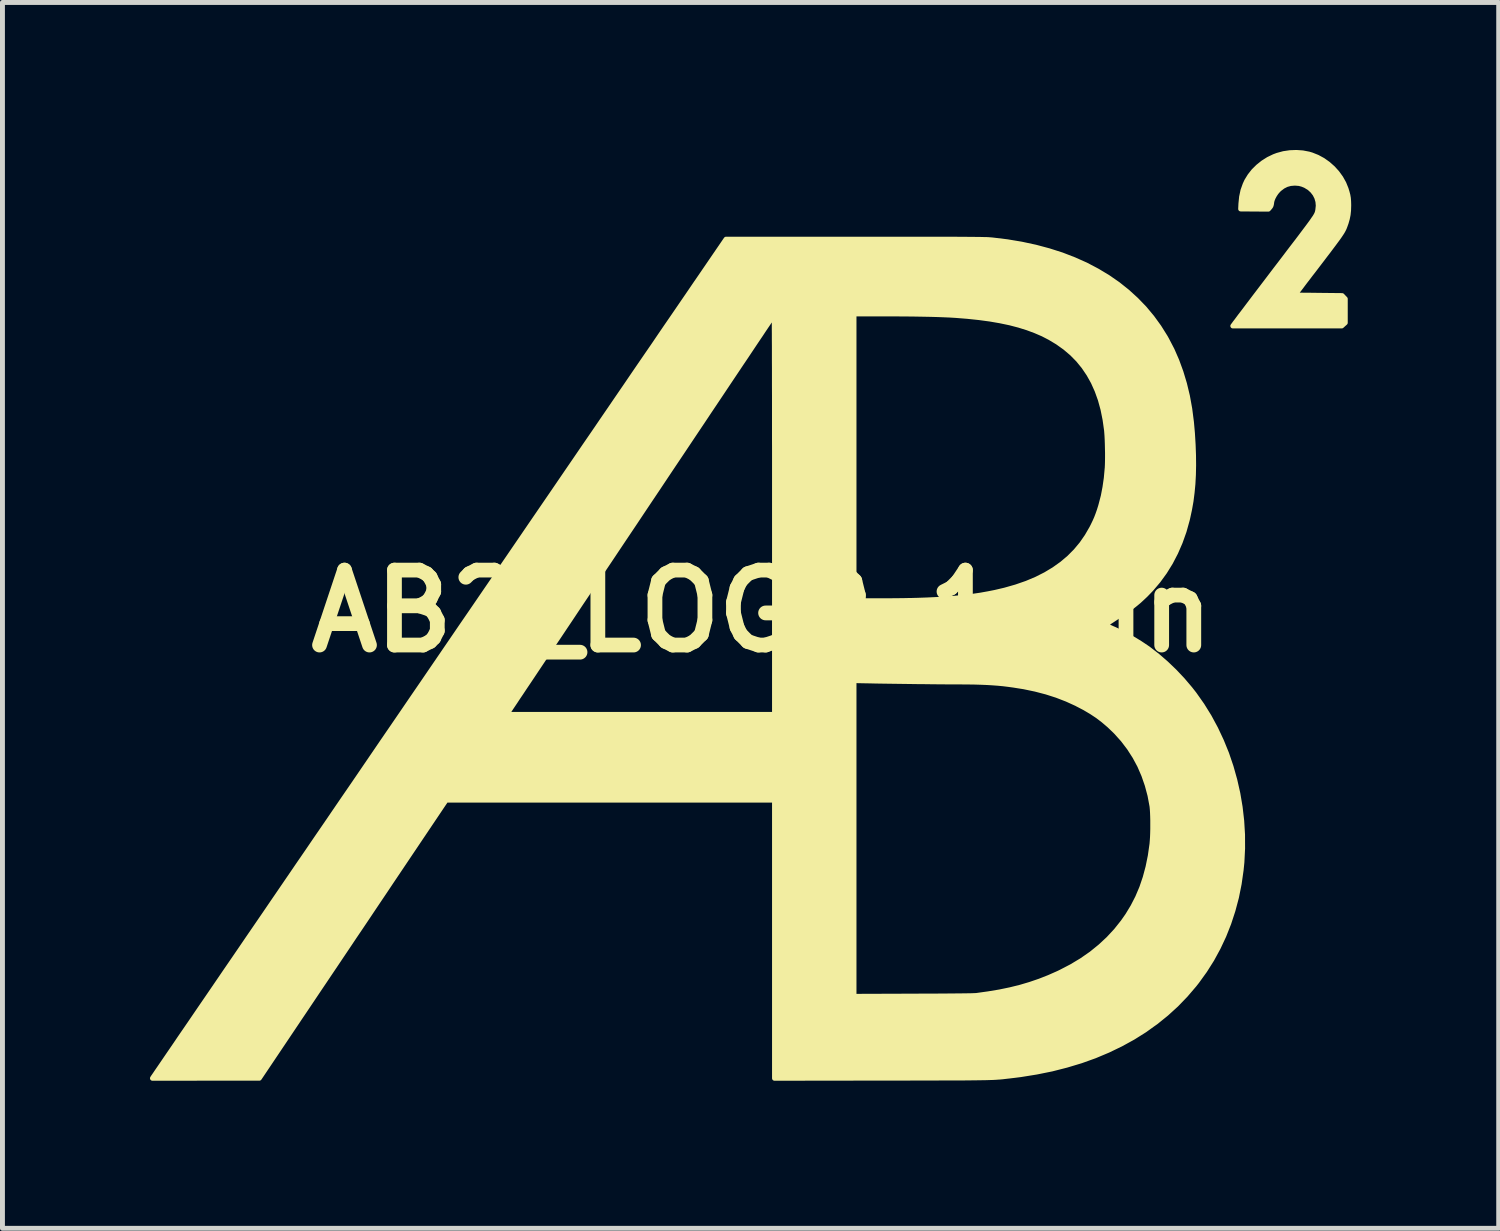
<source format=kicad_pcb>
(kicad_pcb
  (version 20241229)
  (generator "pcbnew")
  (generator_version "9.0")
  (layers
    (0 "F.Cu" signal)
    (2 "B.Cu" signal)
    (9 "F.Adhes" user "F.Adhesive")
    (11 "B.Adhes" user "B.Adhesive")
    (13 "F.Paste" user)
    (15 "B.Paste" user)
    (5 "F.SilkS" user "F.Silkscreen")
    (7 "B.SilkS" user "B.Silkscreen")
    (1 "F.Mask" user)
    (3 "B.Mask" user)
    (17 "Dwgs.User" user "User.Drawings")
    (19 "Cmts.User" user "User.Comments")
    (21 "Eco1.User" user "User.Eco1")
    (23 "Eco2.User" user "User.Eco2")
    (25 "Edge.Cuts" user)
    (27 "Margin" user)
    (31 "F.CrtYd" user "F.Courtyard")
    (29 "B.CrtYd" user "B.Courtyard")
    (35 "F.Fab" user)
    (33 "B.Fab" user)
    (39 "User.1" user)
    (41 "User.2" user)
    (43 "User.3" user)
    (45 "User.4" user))
  (footprint "AB2_LOGO_1.0in"
    (layer "F.Cu")
    (at 12.447 9.379)
    (property "Reference" "AB2_LOGO_1.0in" (at 0 0 0) (layer "F.SilkS") (effects (font (size 1.524 1.524) (thickness 0.3))))
    (attr through_hole)
    (fp_poly (pts (xy 11.932 -8.247) (xy 11.929 -8.15) (xy 11.92 -8.063) (xy 11.903 -7.979) (xy 11.878 -7.892) (xy 11.869 -7.868) (xy 11.861 -7.845) (xy 11.853 -7.823) (xy 11.845 -7.802) (xy 11.836 -7.781) (xy 11.825 -7.759) (xy 11.813 -7.736) (xy 11.798 -7.71) (xy 11.78 -7.682) (xy 11.758 -7.649) (xy 11.732 -7.611) (xy 11.701 -7.568) (xy 11.664 -7.518) (xy 11.622 -7.461) (xy 11.573 -7.396) (xy 11.517 -7.321) (xy 11.453 -7.238) (xy 11.381 -7.143) (xy 11.3 -7.037) (xy 11.21 -6.919) (xy 11.16 -6.855) (xy 11.104 -6.781) (xy 11.05 -6.711) (xy 11.001 -6.646) (xy 10.957 -6.587) (xy 10.918 -6.536) (xy 10.886 -6.494) (xy 10.862 -6.462) (xy 10.846 -6.44) (xy 10.839 -6.43) (xy 10.839 -6.43) (xy 10.848 -6.43) (xy 10.872 -6.429) (xy 10.91 -6.428) (xy 10.96 -6.427) (xy 11.021 -6.426) (xy 11.092 -6.426) (xy 11.17 -6.425) (xy 11.255 -6.424) (xy 11.32 -6.423) (xy 11.798 -6.418) (xy 11.83 -6.384) (xy 11.862 -6.351) (xy 11.862 -6.108) (xy 11.862 -5.865) (xy 11.826 -5.833) (xy 11.79 -5.8) (xy 10.682 -5.8) (xy 9.574 -5.8) (xy 9.601 -5.836) (xy 9.618 -5.86) (xy 9.646 -5.896) (xy 9.681 -5.943) (xy 9.724 -6.001) (xy 9.775 -6.067) (xy 9.831 -6.141) (xy 9.892 -6.222) (xy 9.957 -6.308) (xy 10.025 -6.398) (xy 10.096 -6.491) (xy 10.169 -6.587) (xy 10.242 -6.683) (xy 10.315 -6.779) (xy 10.387 -6.874) (xy 10.457 -6.966) (xy 10.52 -7.048) (xy 10.623 -7.183) (xy 10.716 -7.306) (xy 10.8 -7.416) (xy 10.876 -7.515) (xy 10.943 -7.603) (xy 11.002 -7.682) (xy 11.054 -7.751) (xy 11.1 -7.812) (xy 11.139 -7.865) (xy 11.172 -7.91) (xy 11.2 -7.95) (xy 11.223 -7.984) (xy 11.243 -8.012) (xy 11.258 -8.037) (xy 11.27 -8.058) (xy 11.279 -8.076) (xy 11.286 -8.092) (xy 11.291 -8.106) (xy 11.295 -8.12) (xy 11.298 -8.134) (xy 11.301 -8.148) (xy 11.303 -8.16) (xy 11.312 -8.246) (xy 11.305 -8.329) (xy 11.282 -8.409) (xy 11.245 -8.482) (xy 11.194 -8.548) (xy 11.131 -8.606) (xy 11.055 -8.652) (xy 11.053 -8.654) (xy 10.989 -8.68) (xy 10.926 -8.697) (xy 10.857 -8.703) (xy 10.833 -8.704) (xy 10.747 -8.697) (xy 10.667 -8.675) (xy 10.594 -8.638) (xy 10.524 -8.585) (xy 10.498 -8.56) (xy 10.459 -8.515) (xy 10.424 -8.463) (xy 10.395 -8.409) (xy 10.375 -8.358) (xy 10.367 -8.325) (xy 10.362 -8.286) (xy 10.356 -8.259) (xy 10.349 -8.239) (xy 10.338 -8.222) (xy 10.326 -8.207) (xy 10.298 -8.175) (xy 10.016 -8.177) (xy 9.734 -8.179) (xy 9.739 -8.287) (xy 9.753 -8.426) (xy 9.781 -8.557) (xy 9.825 -8.68) (xy 9.857 -8.749) (xy 9.921 -8.853) (xy 9.998 -8.951) (xy 10.088 -9.04) (xy 10.188 -9.12) (xy 10.297 -9.189) (xy 10.413 -9.245) (xy 10.482 -9.271) (xy 10.607 -9.305) (xy 10.736 -9.324) (xy 10.867 -9.329) (xy 10.995 -9.32) (xy 11.12 -9.296) (xy 11.177 -9.279) (xy 11.295 -9.232) (xy 11.407 -9.171) (xy 11.513 -9.096) (xy 11.61 -9.01) (xy 11.696 -8.915) (xy 11.771 -8.811) (xy 11.833 -8.7) (xy 11.878 -8.589) (xy 11.899 -8.52) (xy 11.915 -8.459) (xy 11.925 -8.4) (xy 11.93 -8.337) (xy 11.932 -8.266) (xy 11.932 -8.247)) (stroke (width 0.1) (type solid)) (fill yes) (layer "F.SilkS"))
    (fp_poly (pts (xy 9.774 4.826) (xy 9.76 5.107) (xy 9.744 5.265) (xy 9.704 5.546) (xy 9.649 5.82) (xy 9.578 6.087) (xy 9.493 6.347) (xy 9.393 6.6) (xy 9.278 6.845) (xy 9.149 7.082) (xy 9.005 7.31) (xy 8.847 7.529) (xy 8.792 7.599) (xy 8.615 7.806) (xy 8.426 8.002) (xy 8.224 8.186) (xy 8.01 8.359) (xy 7.946 8.404) (xy 7.946 4.341) (xy 7.946 4.254) (xy 7.944 4.172) (xy 7.941 4.096) (xy 7.937 4.03) (xy 7.932 3.977) (xy 7.931 3.967) (xy 7.89 3.748) (xy 7.834 3.538) (xy 7.764 3.336) (xy 7.68 3.142) (xy 7.581 2.958) (xy 7.468 2.782) (xy 7.341 2.615) (xy 7.2 2.458) (xy 7.176 2.434) (xy 7.06 2.323) (xy 6.944 2.224) (xy 6.825 2.133) (xy 6.698 2.049) (xy 6.561 1.968) (xy 6.411 1.89) (xy 6.397 1.882) (xy 6.199 1.792) (xy 5.995 1.713) (xy 5.783 1.645) (xy 5.561 1.587) (xy 5.327 1.538) (xy 5.114 1.504) (xy 5.01 1.49) (xy 4.906 1.477) (xy 4.801 1.467) (xy 4.693 1.459) (xy 4.578 1.452) (xy 4.456 1.447) (xy 4.325 1.443) (xy 4.181 1.441) (xy 4.024 1.44) (xy 3.924 1.439) (xy 3.83 1.439) (xy 3.722 1.439) (xy 3.6 1.438) (xy 3.469 1.437) (xy 3.329 1.435) (xy 3.184 1.434) (xy 3.035 1.432) (xy 2.885 1.43) (xy 2.735 1.428) (xy 2.589 1.426) (xy 2.448 1.424) (xy 2.315 1.422) (xy 2.191 1.419) (xy 2.123 1.418) (xy 1.871 1.413) (xy 1.871 4.623) (xy 1.871 7.833) (xy 3.076 7.829) (xy 3.265 7.828) (xy 3.438 7.828) (xy 3.595 7.827) (xy 3.736 7.826) (xy 3.862 7.825) (xy 3.973 7.824) (xy 4.069 7.823) (xy 4.151 7.822) (xy 4.219 7.821) (xy 4.274 7.82) (xy 4.316 7.818) (xy 4.345 7.817) (xy 4.36 7.816) (xy 4.603 7.782) (xy 4.832 7.744) (xy 5.049 7.699) (xy 5.255 7.648) (xy 5.454 7.589) (xy 5.647 7.523) (xy 5.835 7.449) (xy 6.023 7.366) (xy 6.075 7.341) (xy 6.296 7.226) (xy 6.504 7.101) (xy 6.698 6.966) (xy 6.878 6.82) (xy 7.046 6.664) (xy 7.2 6.498) (xy 7.341 6.321) (xy 7.434 6.188) (xy 7.543 6.008) (xy 7.639 5.821) (xy 7.722 5.625) (xy 7.792 5.419) (xy 7.85 5.203) (xy 7.896 4.977) (xy 7.93 4.739) (xy 7.931 4.731) (xy 7.936 4.669) (xy 7.941 4.596) (xy 7.944 4.515) (xy 7.946 4.429) (xy 7.946 4.341) (xy 7.946 8.404) (xy 7.785 8.52) (xy 7.548 8.669) (xy 7.299 8.806) (xy 7.04 8.931) (xy 6.769 9.045) (xy 6.487 9.146) (xy 6.195 9.234) (xy 5.893 9.311) (xy 5.581 9.374) (xy 5.258 9.426) (xy 5.114 9.444) (xy 5.071 9.449) (xy 5.031 9.454) (xy 4.995 9.458) (xy 4.96 9.462) (xy 4.926 9.466) (xy 4.893 9.47) (xy 4.86 9.473) (xy 4.827 9.476) (xy 4.791 9.478) (xy 4.754 9.481) (xy 4.713 9.483) (xy 4.669 9.485) (xy 4.621 9.486) (xy 4.568 9.488) (xy 4.509 9.489) (xy 4.443 9.49) (xy 4.371 9.491) (xy 4.291 9.492) (xy 4.202 9.493) (xy 4.104 9.494) (xy 3.997 9.494) (xy 3.878 9.495) (xy 3.749 9.495) (xy 3.607 9.495) (xy 3.453 9.496) (xy 3.285 9.496) (xy 3.104 9.496) (xy 2.908 9.497) (xy 2.696 9.497) (xy 2.468 9.497) (xy 2.441 9.497) (xy 0.254 9.5) (xy 0.254 6.672) (xy 0.254 3.844) (xy 0.254 2.1) (xy 0.254 -1.97) (xy 0.254 -2.242) (xy 0.254 -2.508) (xy 0.254 -2.768) (xy 0.254 -3.022) (xy 0.254 -3.269) (xy 0.253 -3.509) (xy 0.253 -3.741) (xy 0.253 -3.964) (xy 0.253 -4.179) (xy 0.253 -4.384) (xy 0.252 -4.58) (xy 0.252 -4.766) (xy 0.252 -4.941) (xy 0.251 -5.104) (xy 0.251 -5.256) (xy 0.251 -5.396) (xy 0.25 -5.524) (xy 0.25 -5.638) (xy 0.249 -5.739) (xy 0.249 -5.826) (xy 0.249 -5.898) (xy 0.248 -5.955) (xy 0.248 -5.997) (xy 0.247 -6.023) (xy 0.247 -6.032) (xy 0.247 -6.032) (xy 0.241 -6.024) (xy 0.227 -6.003) (xy 0.204 -5.969) (xy 0.173 -5.923) (xy 0.134 -5.864) (xy 0.087 -5.795) (xy 0.033 -5.715) (xy -0.027 -5.624) (xy -0.094 -5.525) (xy -0.167 -5.416) (xy -0.245 -5.299) (xy -0.329 -5.173) (xy -0.418 -5.041) (xy -0.511 -4.902) (xy -0.608 -4.757) (xy -0.709 -4.606) (xy -0.813 -4.45) (xy -0.92 -4.29) (xy -1.03 -4.126) (xy -1.077 -4.056) (xy -1.204 -3.865) (xy -1.34 -3.662) (xy -1.483 -3.448) (xy -1.632 -3.225) (xy -1.787 -2.994) (xy -1.946 -2.756) (xy -2.108 -2.513) (xy -2.273 -2.267) (xy -2.438 -2.02) (xy -2.604 -1.771) (xy -2.769 -1.525) (xy -2.933 -1.28) (xy -3.093 -1.04) (xy -3.25 -0.806) (xy -3.401 -0.58) (xy -3.547 -0.362) (xy -3.686 -0.155) (xy -3.778 -0.017) (xy -3.891 0.153) (xy -4.003 0.32) (xy -4.111 0.482) (xy -4.217 0.64) (xy -4.319 0.792) (xy -4.417 0.939) (xy -4.511 1.08) (xy -4.6 1.213) (xy -4.684 1.339) (xy -4.763 1.457) (xy -4.837 1.567) (xy -4.904 1.668) (xy -4.965 1.758) (xy -5.018 1.839) (xy -5.065 1.909) (xy -5.104 1.967) (xy -5.135 2.014) (xy -5.158 2.048) (xy -5.172 2.069) (xy -5.177 2.076) (xy -5.192 2.1) (xy -2.469 2.1) (xy 0.254 2.1) (xy 0.254 3.844) (xy -3.085 3.844) (xy -6.425 3.844) (xy -7.55 5.518) (xy -7.664 5.689) (xy -7.784 5.867) (xy -7.906 6.049) (xy -8.031 6.236) (xy -8.158 6.425) (xy -8.286 6.614) (xy -8.413 6.804) (xy -8.54 6.993) (xy -8.664 7.178) (xy -8.786 7.359) (xy -8.904 7.535) (xy -9.018 7.704) (xy -9.126 7.865) (xy -9.228 8.017) (xy -9.322 8.157) (xy -9.409 8.286) (xy -9.449 8.346) (xy -10.223 9.499) (xy -11.31 9.499) (xy -12.397 9.5) (xy -12.382 9.476) (xy -12.376 9.468) (xy -12.361 9.446) (xy -12.337 9.411) (xy -12.304 9.362) (xy -12.262 9.301) (xy -12.212 9.228) (xy -12.154 9.143) (xy -12.088 9.046) (xy -12.014 8.938) (xy -11.932 8.818) (xy -11.844 8.688) (xy -11.748 8.548) (xy -11.645 8.398) (xy -11.536 8.238) (xy -11.42 8.068) (xy -11.298 7.89) (xy -11.17 7.703) (xy -11.037 7.508) (xy -10.898 7.304) (xy -10.753 7.093) (xy -10.604 6.875) (xy -10.45 6.649) (xy -10.291 6.417) (xy -10.128 6.179) (xy -9.961 5.934) (xy -9.79 5.684) (xy -9.615 5.428) (xy -9.437 5.167) (xy -9.255 4.902) (xy -9.071 4.632) (xy -8.883 4.358) (xy -8.694 4.081) (xy -8.502 3.8) (xy -8.307 3.516) (xy -8.111 3.229) (xy -7.914 2.94) (xy -7.715 2.648) (xy -7.514 2.355) (xy -7.313 2.061) (xy -7.111 1.765) (xy -6.908 1.469) (xy -6.706 1.173) (xy -6.503 0.876) (xy -6.3 0.579) (xy -6.098 0.283) (xy -5.896 -0.011) (xy -5.695 -0.305) (xy -5.495 -0.597) (xy -5.297 -0.888) (xy -5.1 -1.176) (xy -4.905 -1.461) (xy -4.712 -1.744) (xy -4.521 -2.023) (xy -4.332 -2.299) (xy -4.146 -2.571) (xy -3.963 -2.839) (xy -3.783 -3.102) (xy -3.607 -3.36) (xy -3.433 -3.613) (xy -3.264 -3.861) (xy -3.099 -4.102) (xy -2.938 -4.338) (xy -2.781 -4.567) (xy -2.63 -4.789) (xy -2.483 -5.004) (xy -2.341 -5.211) (xy -2.204 -5.41) (xy -2.074 -5.602) (xy -1.949 -5.785) (xy -1.83 -5.958) (xy -1.717 -6.123) (xy -1.611 -6.278) (xy -1.511 -6.424) (xy -1.419 -6.559) (xy -1.334 -6.684) (xy -1.327 -6.693) (xy -0.731 -7.565) (xy 1.897 -7.565) (xy 2.148 -7.565) (xy 2.383 -7.565) (xy 2.602 -7.565) (xy 2.806 -7.565) (xy 2.995 -7.565) (xy 3.171 -7.565) (xy 3.333 -7.565) (xy 3.482 -7.564) (xy 3.618 -7.564) (xy 3.744 -7.564) (xy 3.858 -7.564) (xy 3.961 -7.564) (xy 4.055 -7.563) (xy 4.139 -7.563) (xy 4.215 -7.562) (xy 4.283 -7.562) (xy 4.343 -7.561) (xy 4.396 -7.561) (xy 4.442 -7.56) (xy 4.483 -7.559) (xy 4.519 -7.558) (xy 4.55 -7.558) (xy 4.577 -7.557) (xy 4.6 -7.556) (xy 4.621 -7.554) (xy 4.639 -7.553) (xy 4.656 -7.552) (xy 4.671 -7.55) (xy 4.678 -7.55) (xy 4.983 -7.513) (xy 5.277 -7.464) (xy 5.561 -7.403) (xy 5.834 -7.33) (xy 6.097 -7.246) (xy 6.348 -7.149) (xy 6.588 -7.042) (xy 6.816 -6.922) (xy 7.033 -6.792) (xy 7.238 -6.65) (xy 7.43 -6.497) (xy 7.61 -6.333) (xy 7.778 -6.159) (xy 7.933 -5.973) (xy 8.075 -5.777) (xy 8.204 -5.571) (xy 8.23 -5.524) (xy 8.34 -5.313) (xy 8.436 -5.093) (xy 8.52 -4.863) (xy 8.592 -4.624) (xy 8.652 -4.375) (xy 8.699 -4.115) (xy 8.734 -3.843) (xy 8.754 -3.619) (xy 8.768 -3.388) (xy 8.776 -3.171) (xy 8.778 -2.967) (xy 8.774 -2.773) (xy 8.764 -2.588) (xy 8.747 -2.41) (xy 8.725 -2.237) (xy 8.695 -2.068) (xy 8.659 -1.901) (xy 8.649 -1.858) (xy 8.584 -1.625) (xy 8.505 -1.403) (xy 8.413 -1.191) (xy 8.308 -0.989) (xy 8.19 -0.798) (xy 8.059 -0.618) (xy 7.915 -0.448) (xy 7.799 -0.328) (xy 7.731 -0.264) (xy 7.666 -0.204) (xy 7.6 -0.149) (xy 7.531 -0.094) (xy 7.457 -0.039) (xy 7.375 0.018) (xy 7.283 0.08) (xy 7.197 0.135) (xy 7.15 0.166) (xy 7.106 0.195) (xy 7.067 0.22) (xy 7.037 0.241) (xy 7.026 0.249) (xy 7.026 -3.127) (xy 7.026 -3.217) (xy 7.024 -3.309) (xy 7.022 -3.401) (xy 7.019 -3.488) (xy 7.015 -3.568) (xy 7.01 -3.636) (xy 7.007 -3.675) (xy 6.976 -3.895) (xy 6.934 -4.104) (xy 6.88 -4.301) (xy 6.814 -4.485) (xy 6.736 -4.659) (xy 6.646 -4.82) (xy 6.544 -4.971) (xy 6.43 -5.111) (xy 6.303 -5.24) (xy 6.163 -5.359) (xy 6.01 -5.468) (xy 5.855 -5.561) (xy 5.712 -5.635) (xy 5.559 -5.701) (xy 5.398 -5.761) (xy 5.225 -5.815) (xy 5.041 -5.863) (xy 4.845 -5.904) (xy 4.637 -5.94) (xy 4.414 -5.97) (xy 4.177 -5.995) (xy 3.924 -6.015) (xy 3.92 -6.015) (xy 3.821 -6.021) (xy 3.706 -6.026) (xy 3.575 -6.031) (xy 3.431 -6.035) (xy 3.274 -6.038) (xy 3.105 -6.041) (xy 2.925 -6.043) (xy 2.734 -6.044) (xy 2.535 -6.045) (xy 2.441 -6.045) (xy 1.871 -6.045) (xy 1.871 -3.128) (xy 1.871 -0.212) (xy 2.364 -0.212) (xy 2.465 -0.212) (xy 2.57 -0.212) (xy 2.675 -0.213) (xy 2.778 -0.214) (xy 2.877 -0.215) (xy 2.968 -0.217) (xy 3.048 -0.218) (xy 3.116 -0.22) (xy 3.133 -0.22) (xy 3.358 -0.228) (xy 3.568 -0.238) (xy 3.764 -0.251) (xy 3.949 -0.266) (xy 4.122 -0.283) (xy 4.287 -0.303) (xy 4.444 -0.326) (xy 4.595 -0.353) (xy 4.742 -0.382) (xy 4.887 -0.416) (xy 4.938 -0.428) (xy 5.166 -0.493) (xy 5.38 -0.567) (xy 5.58 -0.651) (xy 5.766 -0.745) (xy 5.939 -0.849) (xy 6.099 -0.963) (xy 6.246 -1.087) (xy 6.38 -1.222) (xy 6.501 -1.367) (xy 6.609 -1.523) (xy 6.705 -1.689) (xy 6.731 -1.74) (xy 6.77 -1.821) (xy 6.803 -1.896) (xy 6.831 -1.969) (xy 6.858 -2.046) (xy 6.885 -2.132) (xy 6.896 -2.172) (xy 6.94 -2.341) (xy 6.974 -2.518) (xy 7.001 -2.704) (xy 7.019 -2.903) (xy 7.02 -2.908) (xy 7.023 -2.97) (xy 7.025 -3.044) (xy 7.026 -3.127) (xy 7.026 0.249) (xy 7.018 0.255) (xy 7.016 0.256) (xy 6.983 0.282) (xy 7.024 0.303) (xy 7.048 0.315) (xy 7.082 0.331) (xy 7.123 0.35) (xy 7.167 0.369) (xy 7.176 0.373) (xy 7.3 0.431) (xy 7.431 0.499) (xy 7.564 0.575) (xy 7.694 0.655) (xy 7.818 0.738) (xy 7.869 0.774) (xy 8.047 0.912) (xy 8.222 1.064) (xy 8.392 1.227) (xy 8.555 1.4) (xy 8.707 1.579) (xy 8.793 1.689) (xy 8.95 1.912) (xy 9.095 2.146) (xy 9.226 2.389) (xy 9.344 2.64) (xy 9.449 2.898) (xy 9.539 3.163) (xy 9.615 3.433) (xy 9.677 3.707) (xy 9.724 3.985) (xy 9.756 4.264) (xy 9.773 4.545) (xy 9.774 4.826)) (stroke (width 0.1) (type solid)) (fill yes) (layer "F.SilkS")))
  (gr_rect
    (start -3 -3)
    (end 27.429 21.93)
    (stroke (width 0.1) (type default))
    (fill no)
    (layer "Edge.Cuts")))
</source>
